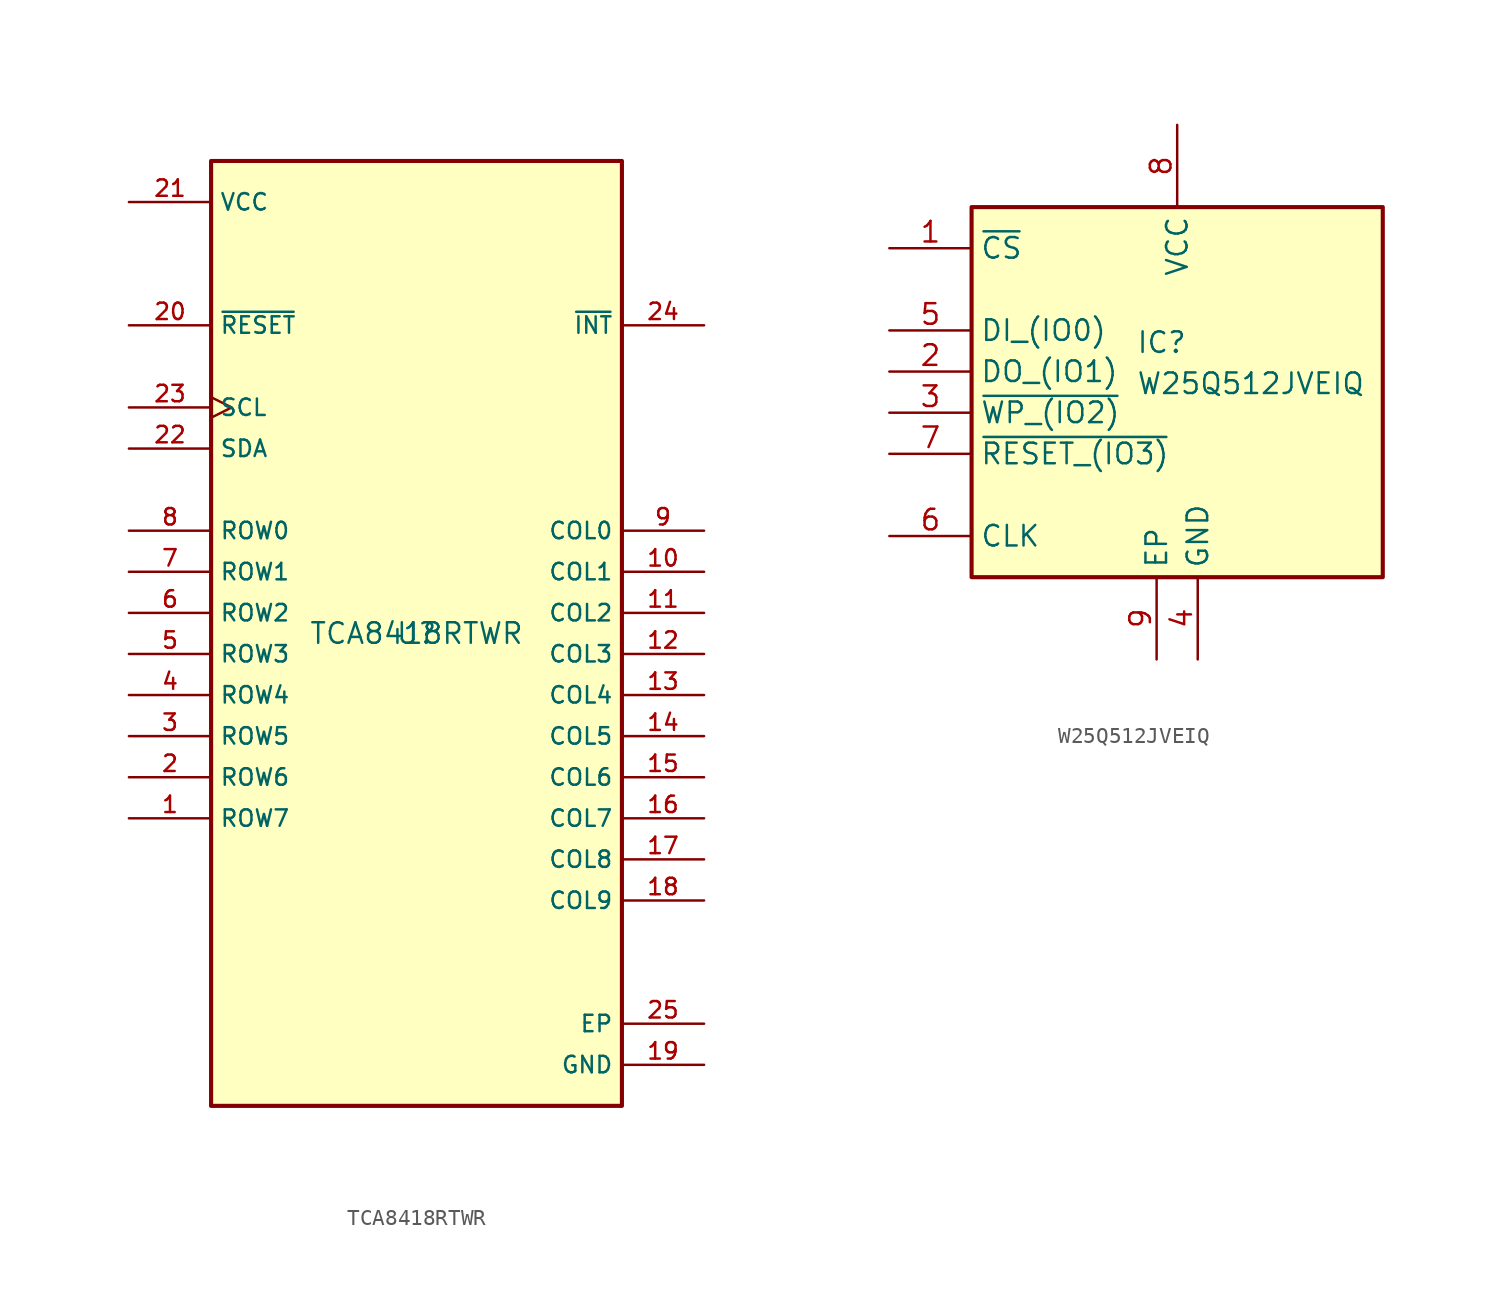
<source format=kicad_sym>
(kicad_symbol_lib
  (version 20241209)
  (generator "kicad_symbol_editor")
  (generator_version "9.0")
  (symbol "TCA8418RTWR"
    (property "Reference" "U"
      (at 0 0 0)
      (effects (font (size 1.27 1.27))))
    (property "Value" "TCA8418RTWR"
      (at 0 0 0)
      (effects (font (size 1.27 1.27))))
    (symbol "TCA8418RTWR_0_0"
      (rectangle (start -12.7 29.21) (end 12.7 -29.21) (stroke (width 0.254) (type default)) (fill (type background)))
      (pin power_in line (at -17.78 26.67 0) (length 5.08) (name "VCC" (effects (font (size 1.016 1.016)))) (number "21" (effects (font (size 1.016 1.016)))))
      (pin input line (at -17.78 19.05 0) (length 5.08) (name "~{RESET}" (effects (font (size 1.016 1.016)))) (number "20" (effects (font (size 1.016 1.016)))))
      (pin input clock (at -17.78 13.97 0) (length 5.08) (name "SCL" (effects (font (size 1.016 1.016)))) (number "23" (effects (font (size 1.016 1.016)))))
      (pin bidirectional line (at -17.78 11.43 0) (length 5.08) (name "SDA" (effects (font (size 1.016 1.016)))) (number "22" (effects (font (size 1.016 1.016)))))
      (pin bidirectional line (at -17.78 6.35 0) (length 5.08) (name "ROW0" (effects (font (size 1.016 1.016)))) (number "8" (effects (font (size 1.016 1.016)))))
      (pin bidirectional line (at -17.78 3.81 0) (length 5.08) (name "ROW1" (effects (font (size 1.016 1.016)))) (number "7" (effects (font (size 1.016 1.016)))))
      (pin bidirectional line (at -17.78 1.27 0) (length 5.08) (name "ROW2" (effects (font (size 1.016 1.016)))) (number "6" (effects (font (size 1.016 1.016)))))
      (pin bidirectional line (at -17.78 -1.27 0) (length 5.08) (name "ROW3" (effects (font (size 1.016 1.016)))) (number "5" (effects (font (size 1.016 1.016)))))
      (pin bidirectional line (at -17.78 -3.81 0) (length 5.08) (name "ROW4" (effects (font (size 1.016 1.016)))) (number "4" (effects (font (size 1.016 1.016)))))
      (pin bidirectional line (at -17.78 -6.35 0) (length 5.08) (name "ROW5" (effects (font (size 1.016 1.016)))) (number "3" (effects (font (size 1.016 1.016)))))
      (pin bidirectional line (at -17.78 -8.89 0) (length 5.08) (name "ROW6" (effects (font (size 1.016 1.016)))) (number "2" (effects (font (size 1.016 1.016)))))
      (pin bidirectional line (at -17.78 -11.43 0) (length 5.08) (name "ROW7" (effects (font (size 1.016 1.016)))) (number "1" (effects (font (size 1.016 1.016)))))
      (pin output line (at 17.78 19.05 180) (length 5.08) (name "~{INT}" (effects (font (size 1.016 1.016)))) (number "24" (effects (font (size 1.016 1.016)))))
      (pin bidirectional line (at 17.78 6.35 180) (length 5.08) (name "COL0" (effects (font (size 1.016 1.016)))) (number "9" (effects (font (size 1.016 1.016)))))
      (pin bidirectional line (at 17.78 3.81 180) (length 5.08) (name "COL1" (effects (font (size 1.016 1.016)))) (number "10" (effects (font (size 1.016 1.016)))))
      (pin bidirectional line (at 17.78 1.27 180) (length 5.08) (name "COL2" (effects (font (size 1.016 1.016)))) (number "11" (effects (font (size 1.016 1.016)))))
      (pin bidirectional line (at 17.78 -1.27 180) (length 5.08) (name "COL3" (effects (font (size 1.016 1.016)))) (number "12" (effects (font (size 1.016 1.016)))))
      (pin bidirectional line (at 17.78 -3.81 180) (length 5.08) (name "COL4" (effects (font (size 1.016 1.016)))) (number "13" (effects (font (size 1.016 1.016)))))
      (pin bidirectional line (at 17.78 -6.35 180) (length 5.08) (name "COL5" (effects (font (size 1.016 1.016)))) (number "14" (effects (font (size 1.016 1.016)))))
      (pin bidirectional line (at 17.78 -8.89 180) (length 5.08) (name "COL6" (effects (font (size 1.016 1.016)))) (number "15" (effects (font (size 1.016 1.016)))))
      (pin bidirectional line (at 17.78 -11.43 180) (length 5.08) (name "COL7" (effects (font (size 1.016 1.016)))) (number "16" (effects (font (size 1.016 1.016)))))
      (pin bidirectional line (at 17.78 -13.97 180) (length 5.08) (name "COL8" (effects (font (size 1.016 1.016)))) (number "17" (effects (font (size 1.016 1.016)))))
      (pin bidirectional line (at 17.78 -16.51 180) (length 5.08) (name "COL9" (effects (font (size 1.016 1.016)))) (number "18" (effects (font (size 1.016 1.016)))))
      (pin passive line (at 17.78 -24.13 180) (length 5.08) (name "EP" (effects (font (size 1.016 1.016)))) (number "25" (effects (font (size 1.016 1.016)))))
      (pin power_in line (at 17.78 -26.67 180) (length 5.08) (name "GND" (effects (font (size 1.016 1.016)))) (number "19" (effects (font (size 1.016 1.016)))))))
  (symbol "W25Q512JVEIQ"
    (property "Reference" "IC"
      (at -2.54 3.81 0)
      (effects (font (size 1.27 1.27)) (justify left top)))
    (property "Value" "W25Q512JVEIQ"
      (at -2.54 1.27 0)
      (effects (font (size 1.27 1.27)) (justify left top)))
    (symbol "W25Q512JVEIQ_1_1"
      (rectangle (start -12.7 11.43) (end 12.7 -11.43) (stroke (width 0.254) (type default)) (fill (type background)))
      (pin passive line (at -17.78 8.89 0) (length 5.08) (name "~{CS}" (effects (font (size 1.27 1.27)))) (number "1" (effects (font (size 1.27 1.27)))))
      (pin passive line (at -17.78 3.81 0) (length 5.08) (name "DI_(IO0)" (effects (font (size 1.27 1.27)))) (number "5" (effects (font (size 1.27 1.27)))))
      (pin passive line (at -17.78 1.27 0) (length 5.08) (name "DO_(IO1)" (effects (font (size 1.27 1.27)))) (number "2" (effects (font (size 1.27 1.27)))))
      (pin passive line (at -17.78 -1.27 0) (length 5.08) (name "~{WP_(IO2)}" (effects (font (size 1.27 1.27)))) (number "3" (effects (font (size 1.27 1.27)))))
      (pin passive line (at -17.78 -3.81 0) (length 5.08) (name "~{RESET_(IO3)}" (effects (font (size 1.27 1.27)))) (number "7" (effects (font (size 1.27 1.27)))))
      (pin passive line (at -17.78 -8.89 0) (length 5.08) (name "CLK" (effects (font (size 1.27 1.27)))) (number "6" (effects (font (size 1.27 1.27)))))
      (pin passive line (at -1.27 -16.51 90) (length 5.08) (name "EP" (effects (font (size 1.27 1.27)))) (number "9" (effects (font (size 1.27 1.27)))))
      (pin passive line (at 0 16.51 270) (length 5.08) (name "VCC" (effects (font (size 1.27 1.27)))) (number "8" (effects (font (size 1.27 1.27)))))
      (pin passive line (at 1.27 -16.51 90) (length 5.08) (name "GND" (effects (font (size 1.27 1.27)))) (number "4" (effects (font (size 1.27 1.27))))))))
</source>
